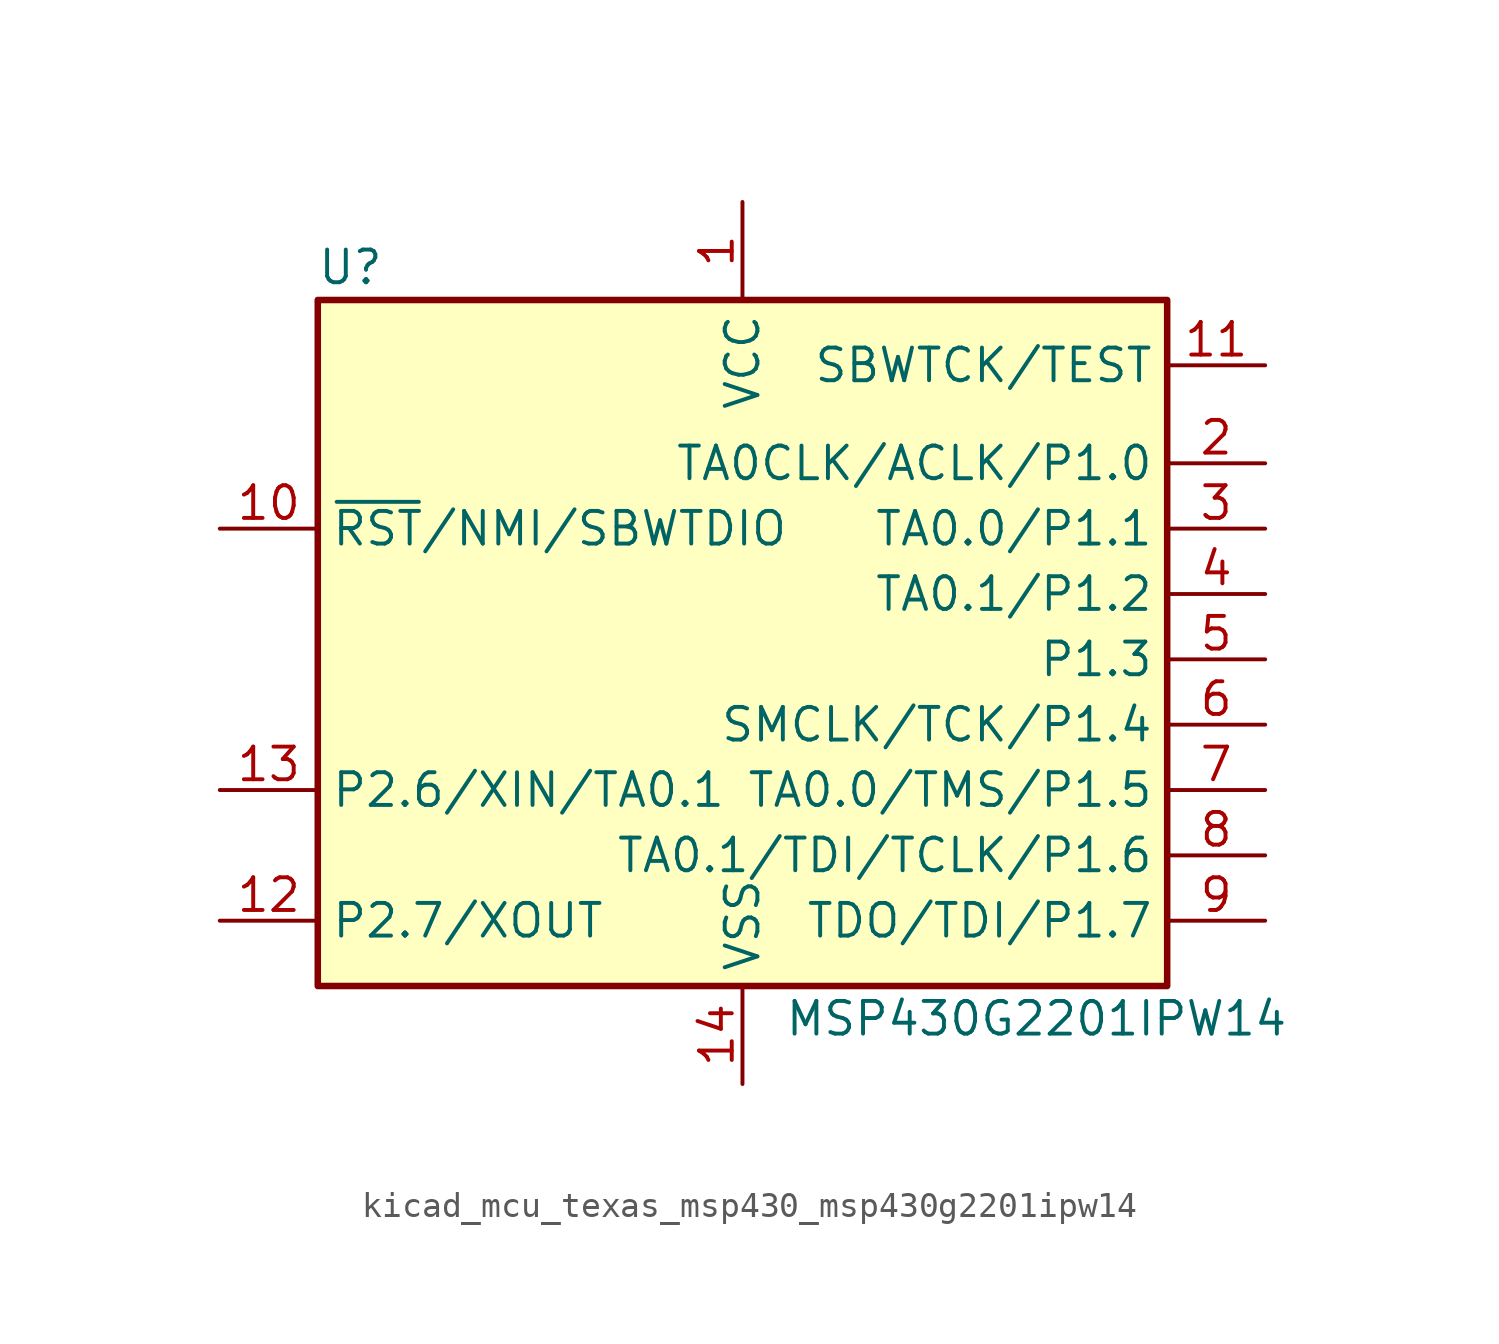
<source format=kicad_sym>
(kicad_symbol_lib
  (version 20220914)
  (generator kicad_symbol_editor)
  (symbol "kicad_mcu_texas_msp430_msp430g2201ipw14"
    (property "Reference" "U"
      (at -15.24 15.24 0)
      (effects (font (size 1.27 1.27))))
    (property "Value" "MSP430G2201IPW14"
      (at 11.43 -13.97 0)
      (effects (font (size 1.27 1.27))))
    (symbol "kicad_mcu_texas_msp430_msp430g2201ipw14_0_1"
      (rectangle (start -16.51 13.97) (end 16.51 -12.7) (stroke (width 0.254) (type default)) (fill (type background))))
    (symbol "kicad_mcu_texas_msp430_msp430g2201ipw14_1_1"
      (pin power_in line (at 0 17.78 270) (length 3.81) (name "VCC" (effects (font (size 1.27 1.27)))) (number "1" (effects (font (size 1.27 1.27)))))
      (pin input line (at -20.32 5.08 0) (length 3.81) (name "~{RST}/NMI/SBWTDIO" (effects (font (size 1.27 1.27)))) (number "10" (effects (font (size 1.27 1.27)))))
      (pin input line (at 20.32 11.43 180) (length 3.81) (name "SBWTCK/TEST" (effects (font (size 1.27 1.27)))) (number "11" (effects (font (size 1.27 1.27)))))
      (pin bidirectional line (at -20.32 -10.16 0) (length 3.81) (name "P2.7/XOUT" (effects (font (size 1.27 1.27)))) (number "12" (effects (font (size 1.27 1.27)))))
      (pin bidirectional line (at -20.32 -5.08 0) (length 3.81) (name "P2.6/XIN/TA0.1" (effects (font (size 1.27 1.27)))) (number "13" (effects (font (size 1.27 1.27)))))
      (pin power_in line (at 0 -16.51 90) (length 3.81) (name "VSS" (effects (font (size 1.27 1.27)))) (number "14" (effects (font (size 1.27 1.27)))))
      (pin bidirectional line (at 20.32 7.62 180) (length 3.81) (name "TA0CLK/ACLK/P1.0" (effects (font (size 1.27 1.27)))) (number "2" (effects (font (size 1.27 1.27)))))
      (pin bidirectional line (at 20.32 5.08 180) (length 3.81) (name "TA0.0/P1.1" (effects (font (size 1.27 1.27)))) (number "3" (effects (font (size 1.27 1.27)))))
      (pin bidirectional line (at 20.32 2.54 180) (length 3.81) (name "TA0.1/P1.2" (effects (font (size 1.27 1.27)))) (number "4" (effects (font (size 1.27 1.27)))))
      (pin bidirectional line (at 20.32 0 180) (length 3.81) (name "P1.3" (effects (font (size 1.27 1.27)))) (number "5" (effects (font (size 1.27 1.27)))))
      (pin bidirectional line (at 20.32 -2.54 180) (length 3.81) (name "SMCLK/TCK/P1.4" (effects (font (size 1.27 1.27)))) (number "6" (effects (font (size 1.27 1.27)))))
      (pin bidirectional line (at 20.32 -5.08 180) (length 3.81) (name "TA0.0/TMS/P1.5" (effects (font (size 1.27 1.27)))) (number "7" (effects (font (size 1.27 1.27)))))
      (pin bidirectional line (at 20.32 -7.62 180) (length 3.81) (name "TA0.1/TDI/TCLK/P1.6" (effects (font (size 1.27 1.27)))) (number "8" (effects (font (size 1.27 1.27)))))
      (pin bidirectional line (at 20.32 -10.16 180) (length 3.81) (name "TDO/TDI/P1.7" (effects (font (size 1.27 1.27)))) (number "9" (effects (font (size 1.27 1.27))))))))
</source>
